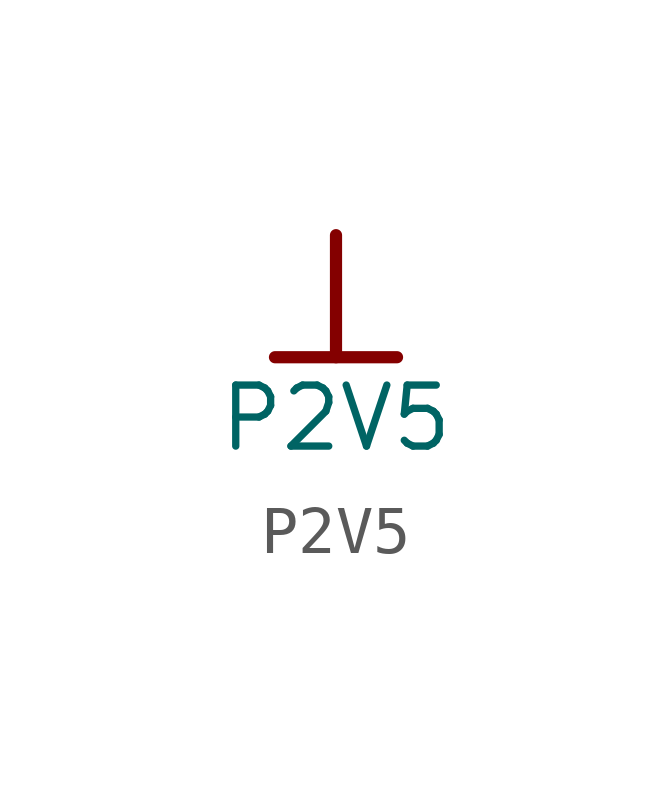
<source format=kicad_sym>
(kicad_symbol_lib
  (version 20231120)
  (generator "kicad_symbol_editor")
  (generator_version "8.0")
  (symbol "P2V5"
    (power)
    (property "Reference" "#PWR0616"
      (at 0 0 0)
      (effects (font (size 1.27 1.27)) (hide yes)))
    (property "Value" "P2V5"
      (at 0 -3.81 0)
      (effects (font (size 1.27 1.27))))
    (symbol "P2V5_0_0"
      (polyline (pts (xy -1.27 -2.54) (xy 1.27 -2.54)) (stroke (width 0.254) (type solid)) (fill (type none)))
      (polyline (pts (xy 0 0) (xy 0 -2.54)) (stroke (width 0.254) (type solid)) (fill (type none)))
      (pin power_in line (at 0 0 0) (length 0) hide (name "P2V5" (effects (font (size 1.27 1.27)))) (number "" (effects (font (size 1.27 1.27))))))))
</source>
